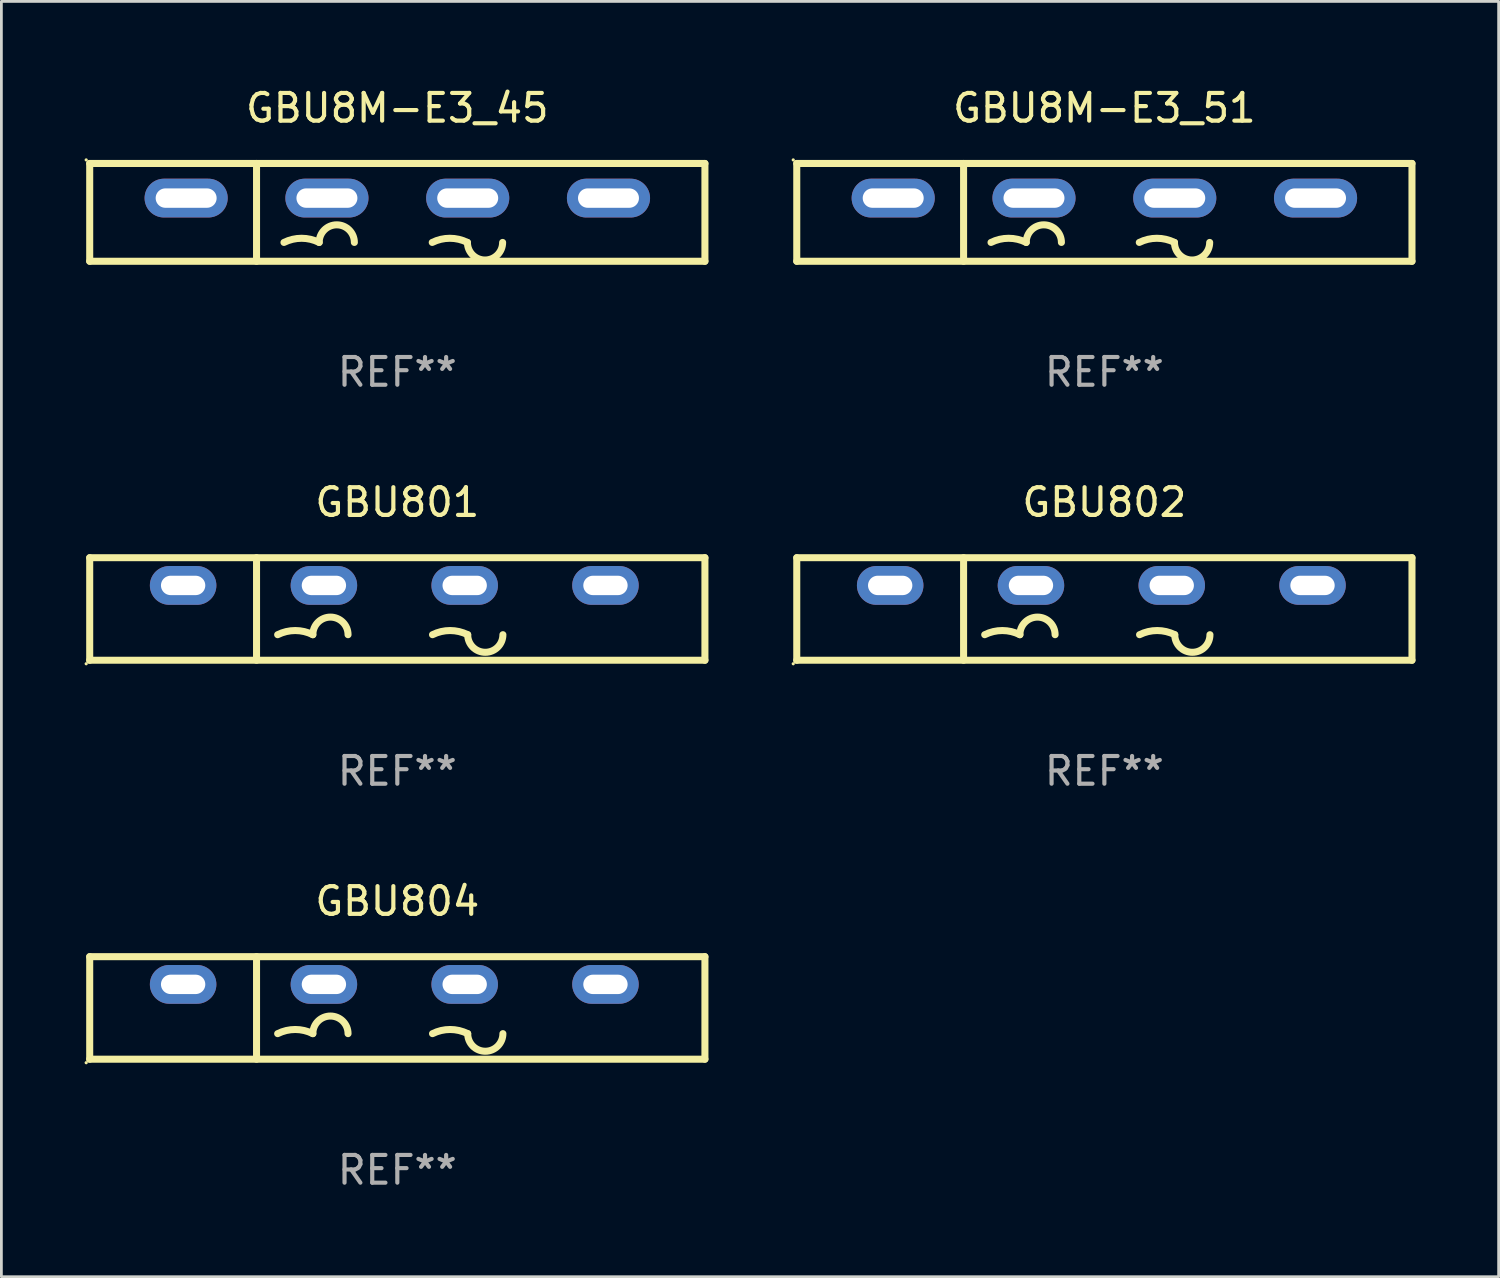
<source format=kicad_pcb>
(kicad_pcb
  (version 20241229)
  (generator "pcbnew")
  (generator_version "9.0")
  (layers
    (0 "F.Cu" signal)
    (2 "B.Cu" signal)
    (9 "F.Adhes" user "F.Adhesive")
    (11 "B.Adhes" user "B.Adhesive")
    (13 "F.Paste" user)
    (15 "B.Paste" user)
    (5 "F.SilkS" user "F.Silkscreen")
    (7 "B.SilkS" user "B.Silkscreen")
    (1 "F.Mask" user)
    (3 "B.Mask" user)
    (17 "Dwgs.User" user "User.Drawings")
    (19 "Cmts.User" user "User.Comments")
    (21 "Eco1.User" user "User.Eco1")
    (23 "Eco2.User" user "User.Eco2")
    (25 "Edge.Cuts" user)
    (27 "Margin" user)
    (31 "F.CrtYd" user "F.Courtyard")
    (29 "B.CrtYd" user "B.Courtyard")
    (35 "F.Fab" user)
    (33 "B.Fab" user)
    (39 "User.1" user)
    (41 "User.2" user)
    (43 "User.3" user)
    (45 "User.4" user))
  (footprint "GBU8M-E3_45"
    (layer "F.Cu")
    (at 11.287 4.613)
    (property "Reference" "GBU8M-E3_45" (at 0 -3.765 0) (layer "F.SilkS") (effects (font (size 1 1) (thickness 0.15))))
    (attr through_hole)
    (fp_line (start -11.1 -1.765) (end 11.1 -1.765) (stroke (width 0.254) (type solid)) (layer "F.SilkS"))
    (fp_line (start -11.1 1.765) (end -11.1 -1.765) (stroke (width 0.254) (type solid)) (layer "F.SilkS"))
    (fp_line (start -5.08 -1.765) (end -5.08 1.765) (stroke (width 0.254) (type solid)) (layer "F.SilkS"))
    (fp_line (start 11.1 -1.765) (end 11.1 1.765) (stroke (width 0.254) (type solid)) (layer "F.SilkS"))
    (fp_line (start 11.1 1.765) (end -11.1 1.765) (stroke (width 0.254) (type solid)) (layer "F.SilkS"))
    (fp_arc (start -4.089992 1.084963) (mid -3.454991 0.93506) (end -2.819989 1.084963) (stroke (width 0.254001) (type solid)) (layer "F.SilkS"))
    (fp_arc (start -2.819991 1.084963) (mid -2.184989 0.449961) (end -1.549987 1.084963) (stroke (width 0.254001) (type solid)) (layer "F.SilkS"))
    (fp_arc (start 1.259995 1.084963) (mid 1.894996 0.93506) (end 2.529998 1.084963) (stroke (width 0.254001) (type solid)) (layer "F.SilkS"))
    (fp_arc (start 3.8 1.084963) (mid 3.164999 1.719964) (end 2.529998 1.084963) (stroke (width 0.254001) (type solid)) (layer "F.SilkS"))
    (fp_circle (center -11.227 -1.892) (end -11.197 -1.892) (stroke (width 0.06) (type solid)) (fill no) (layer "F.SilkS"))
    (fp_text user "+" (at -7 3.085 0) (layer "B.Mask") (effects (font (size 1 1) (thickness 0.15))))
    (fp_text user "-" (at 8.65 3.335 0) (layer "B.Mask") (effects (font (size 1 1) (thickness 0.15))))
    (fp_text user "REF**" (at 0 5.765 0) (layer "F.Fab") (effects (font (size 1 1) (thickness 0.15))))
    (pad "1" thru_hole oval (at -7.62 -0.515 180) (size 3 1.4) (drill oval 2.2 0.7) (layers "*.Cu" "*.Mask"))
    (pad "2" thru_hole oval (at -2.54 -0.515 180) (size 3 1.4) (drill oval 2.2 0.7) (layers "*.Cu" "*.Mask"))
    (pad "3" thru_hole oval (at 2.54 -0.515 180) (size 3 1.4) (drill oval 2.2 0.7) (layers "*.Cu" "*.Mask"))
    (pad "4" thru_hole oval (at 7.62 -0.515 180) (size 3 1.4) (drill oval 2.2 0.7) (layers "*.Cu" "*.Mask")))
  (footprint "GBU801"
    (layer "F.Cu")
    (at 11.287 18.925)
    (property "Reference" "GBU801" (at 0 -3.85 0) (layer "F.SilkS") (effects (font (size 1 1) (thickness 0.15))))
    (attr through_hole)
    (fp_line (start -11.1 -1.85) (end 11.1 -1.85) (stroke (width 0.254) (type solid)) (layer "F.SilkS"))
    (fp_line (start -11.1 1.85) (end -11.1 -1.85) (stroke (width 0.254) (type solid)) (layer "F.SilkS"))
    (fp_line (start -5.08 -1.85) (end -5.08 1.85) (stroke (width 0.254) (type solid)) (layer "F.SilkS"))
    (fp_line (start 11.1 -1.85) (end 11.1 1.85) (stroke (width 0.254) (type solid)) (layer "F.SilkS"))
    (fp_line (start 11.1 1.85) (end -11.1 1.85) (stroke (width 0.254) (type solid)) (layer "F.SilkS"))
    (fp_arc (start -4.318009 0.927991) (mid -3.683008 0.778087) (end -3.048007 0.92799) (stroke (width 0.254001) (type solid)) (layer "F.SilkS"))
    (fp_arc (start -3.048006 0.927991) (mid -2.413005 0.29299) (end -1.778004 0.927991) (stroke (width 0.254001) (type solid)) (layer "F.SilkS"))
    (fp_arc (start 1.270003 0.927991) (mid 1.905004 0.778088) (end 2.540005 0.927991) (stroke (width 0.254001) (type solid)) (layer "F.SilkS"))
    (fp_arc (start 3.810008 0.927991) (mid 3.175006 1.562993) (end 2.540004 0.927991) (stroke (width 0.254001) (type solid)) (layer "F.SilkS"))
    (fp_circle (center -11.227 1.977) (end -11.197 1.977) (stroke (width 0.06) (type solid)) (fill no) (layer "F.SilkS"))
    (fp_text user "-" (at 6.751 0.85 0) (layer "B.Mask") (effects (font (size 1 1) (thickness 0.15))))
    (fp_text user "+" (at -8.549 0.85 0) (layer "B.Mask") (effects (font (size 1 1) (thickness 0.15))))
    (fp_text user "REF**" (at 0 5.85 0) (layer "F.Fab") (effects (font (size 1 1) (thickness 0.15))))
    (pad "1" thru_hole oval (at -7.729 -0.85 180) (size 2.4 1.4) (drill oval 1.6 0.7) (layers "*.Cu" "*.Mask"))
    (pad "2" thru_hole oval (at -2.649 -0.85 180) (size 2.4 1.4) (drill oval 1.6 0.7) (layers "*.Cu" "*.Mask"))
    (pad "3" thru_hole oval (at 2.431 -0.85 180) (size 2.4 1.4) (drill oval 1.6 0.7) (layers "*.Cu" "*.Mask"))
    (pad "4" thru_hole oval (at 7.511 -0.85 180) (size 2.4 1.4) (drill oval 1.6 0.7) (layers "*.Cu" "*.Mask")))
  (footprint "GBU802"
    (layer "F.Cu")
    (at 36.801 18.925)
    (property "Reference" "GBU802" (at 0 -3.85 0) (layer "F.SilkS") (effects (font (size 1 1) (thickness 0.15))))
    (attr through_hole)
    (fp_line (start -11.1 -1.85) (end 11.1 -1.85) (stroke (width 0.254) (type solid)) (layer "F.SilkS"))
    (fp_line (start -11.1 1.85) (end -11.1 -1.85) (stroke (width 0.254) (type solid)) (layer "F.SilkS"))
    (fp_line (start -5.08 -1.85) (end -5.08 1.85) (stroke (width 0.254) (type solid)) (layer "F.SilkS"))
    (fp_line (start 11.1 -1.85) (end 11.1 1.85) (stroke (width 0.254) (type solid)) (layer "F.SilkS"))
    (fp_line (start 11.1 1.85) (end -11.1 1.85) (stroke (width 0.254) (type solid)) (layer "F.SilkS"))
    (fp_arc (start -4.318009 0.927991) (mid -3.683008 0.778087) (end -3.048007 0.92799) (stroke (width 0.254001) (type solid)) (layer "F.SilkS"))
    (fp_arc (start -3.048006 0.927991) (mid -2.413005 0.29299) (end -1.778004 0.927991) (stroke (width 0.254001) (type solid)) (layer "F.SilkS"))
    (fp_arc (start 1.270003 0.927991) (mid 1.905004 0.778088) (end 2.540005 0.927991) (stroke (width 0.254001) (type solid)) (layer "F.SilkS"))
    (fp_arc (start 3.810008 0.927991) (mid 3.175006 1.562993) (end 2.540004 0.927991) (stroke (width 0.254001) (type solid)) (layer "F.SilkS"))
    (fp_circle (center -11.227 1.977) (end -11.197 1.977) (stroke (width 0.06) (type solid)) (fill no) (layer "F.SilkS"))
    (fp_text user "-" (at 6.751 0.85 0) (layer "B.Mask") (effects (font (size 1 1) (thickness 0.15))))
    (fp_text user "+" (at -8.549 0.85 0) (layer "B.Mask") (effects (font (size 1 1) (thickness 0.15))))
    (fp_text user "REF**" (at 0 5.85 0) (layer "F.Fab") (effects (font (size 1 1) (thickness 0.15))))
    (pad "1" thru_hole oval (at -7.729 -0.85 180) (size 2.4 1.4) (drill oval 1.6 0.7) (layers "*.Cu" "*.Mask"))
    (pad "2" thru_hole oval (at -2.649 -0.85 180) (size 2.4 1.4) (drill oval 1.6 0.7) (layers "*.Cu" "*.Mask"))
    (pad "3" thru_hole oval (at 2.431 -0.85 180) (size 2.4 1.4) (drill oval 1.6 0.7) (layers "*.Cu" "*.Mask"))
    (pad "4" thru_hole oval (at 7.511 -0.85 180) (size 2.4 1.4) (drill oval 1.6 0.7) (layers "*.Cu" "*.Mask")))
  (footprint "GBU8M-E3_51"
    (layer "F.Cu")
    (at 36.801 4.613)
    (property "Reference" "GBU8M-E3_51" (at 0 -3.765 0) (layer "F.SilkS") (effects (font (size 1 1) (thickness 0.15))))
    (attr through_hole)
    (fp_line (start -11.1 -1.765) (end 11.1 -1.765) (stroke (width 0.254) (type solid)) (layer "F.SilkS"))
    (fp_line (start -11.1 1.765) (end -11.1 -1.765) (stroke (width 0.254) (type solid)) (layer "F.SilkS"))
    (fp_line (start -5.08 -1.765) (end -5.08 1.765) (stroke (width 0.254) (type solid)) (layer "F.SilkS"))
    (fp_line (start 11.1 -1.765) (end 11.1 1.765) (stroke (width 0.254) (type solid)) (layer "F.SilkS"))
    (fp_line (start 11.1 1.765) (end -11.1 1.765) (stroke (width 0.254) (type solid)) (layer "F.SilkS"))
    (fp_arc (start -4.089992 1.084963) (mid -3.454991 0.93506) (end -2.819989 1.084963) (stroke (width 0.254001) (type solid)) (layer "F.SilkS"))
    (fp_arc (start -2.819991 1.084963) (mid -2.184989 0.449961) (end -1.549987 1.084963) (stroke (width 0.254001) (type solid)) (layer "F.SilkS"))
    (fp_arc (start 1.259995 1.084963) (mid 1.894996 0.93506) (end 2.529998 1.084963) (stroke (width 0.254001) (type solid)) (layer "F.SilkS"))
    (fp_arc (start 3.8 1.084963) (mid 3.164999 1.719964) (end 2.529998 1.084963) (stroke (width 0.254001) (type solid)) (layer "F.SilkS"))
    (fp_circle (center -11.227 -1.892) (end -11.197 -1.892) (stroke (width 0.06) (type solid)) (fill no) (layer "F.SilkS"))
    (fp_text user "+" (at -7 3.085 0) (layer "B.Mask") (effects (font (size 1 1) (thickness 0.15))))
    (fp_text user "-" (at 8.65 3.335 0) (layer "B.Mask") (effects (font (size 1 1) (thickness 0.15))))
    (fp_text user "REF**" (at 0 5.765 0) (layer "F.Fab") (effects (font (size 1 1) (thickness 0.15))))
    (pad "1" thru_hole oval (at -7.62 -0.515 180) (size 3 1.4) (drill oval 2.2 0.7) (layers "*.Cu" "*.Mask"))
    (pad "2" thru_hole oval (at -2.54 -0.515 180) (size 3 1.4) (drill oval 2.2 0.7) (layers "*.Cu" "*.Mask"))
    (pad "3" thru_hole oval (at 2.54 -0.515 180) (size 3 1.4) (drill oval 2.2 0.7) (layers "*.Cu" "*.Mask"))
    (pad "4" thru_hole oval (at 7.62 -0.515 180) (size 3 1.4) (drill oval 2.2 0.7) (layers "*.Cu" "*.Mask")))
  (footprint "GBU804"
    (layer "F.Cu")
    (at 11.287 33.321)
    (property "Reference" "GBU804" (at 0 -3.85 0) (layer "F.SilkS") (effects (font (size 1 1) (thickness 0.15))))
    (attr through_hole)
    (fp_line (start -11.1 -1.85) (end 11.1 -1.85) (stroke (width 0.254) (type solid)) (layer "F.SilkS"))
    (fp_line (start -11.1 1.85) (end -11.1 -1.85) (stroke (width 0.254) (type solid)) (layer "F.SilkS"))
    (fp_line (start -5.08 -1.85) (end -5.08 1.85) (stroke (width 0.254) (type solid)) (layer "F.SilkS"))
    (fp_line (start 11.1 -1.85) (end 11.1 1.85) (stroke (width 0.254) (type solid)) (layer "F.SilkS"))
    (fp_line (start 11.1 1.85) (end -11.1 1.85) (stroke (width 0.254) (type solid)) (layer "F.SilkS"))
    (fp_arc (start -4.318009 0.927991) (mid -3.683008 0.778087) (end -3.048007 0.92799) (stroke (width 0.254001) (type solid)) (layer "F.SilkS"))
    (fp_arc (start -3.048006 0.927991) (mid -2.413005 0.29299) (end -1.778004 0.927991) (stroke (width 0.254001) (type solid)) (layer "F.SilkS"))
    (fp_arc (start 1.270003 0.927991) (mid 1.905004 0.778088) (end 2.540005 0.927991) (stroke (width 0.254001) (type solid)) (layer "F.SilkS"))
    (fp_arc (start 3.810008 0.927991) (mid 3.175006 1.562993) (end 2.540004 0.927991) (stroke (width 0.254001) (type solid)) (layer "F.SilkS"))
    (fp_circle (center -11.227 1.977) (end -11.197 1.977) (stroke (width 0.06) (type solid)) (fill no) (layer "F.SilkS"))
    (fp_text user "+" (at -8.549 0.85 0) (layer "B.Mask") (effects (font (size 1 1) (thickness 0.15))))
    (fp_text user "-" (at 6.751 0.85 0) (layer "B.Mask") (effects (font (size 1 1) (thickness 0.15))))
    (fp_text user "REF**" (at 0 5.85 0) (layer "F.Fab") (effects (font (size 1 1) (thickness 0.15))))
    (pad "1" thru_hole oval (at -7.729 -0.85 180) (size 2.4 1.4) (drill oval 1.6 0.7) (layers "*.Cu" "*.Mask"))
    (pad "2" thru_hole oval (at -2.649 -0.85 180) (size 2.4 1.4) (drill oval 1.6 0.7) (layers "*.Cu" "*.Mask"))
    (pad "3" thru_hole oval (at 2.431 -0.85 180) (size 2.4 1.4) (drill oval 1.6 0.7) (layers "*.Cu" "*.Mask"))
    (pad "4" thru_hole oval (at 7.511 -0.85 180) (size 2.4 1.4) (drill oval 1.6 0.7) (layers "*.Cu" "*.Mask")))
  (gr_rect
    (start -3 -3)
    (end 51.028 43.02)
    (stroke (width 0.1) (type default))
    (fill no)
    (layer "Edge.Cuts")))
</source>
